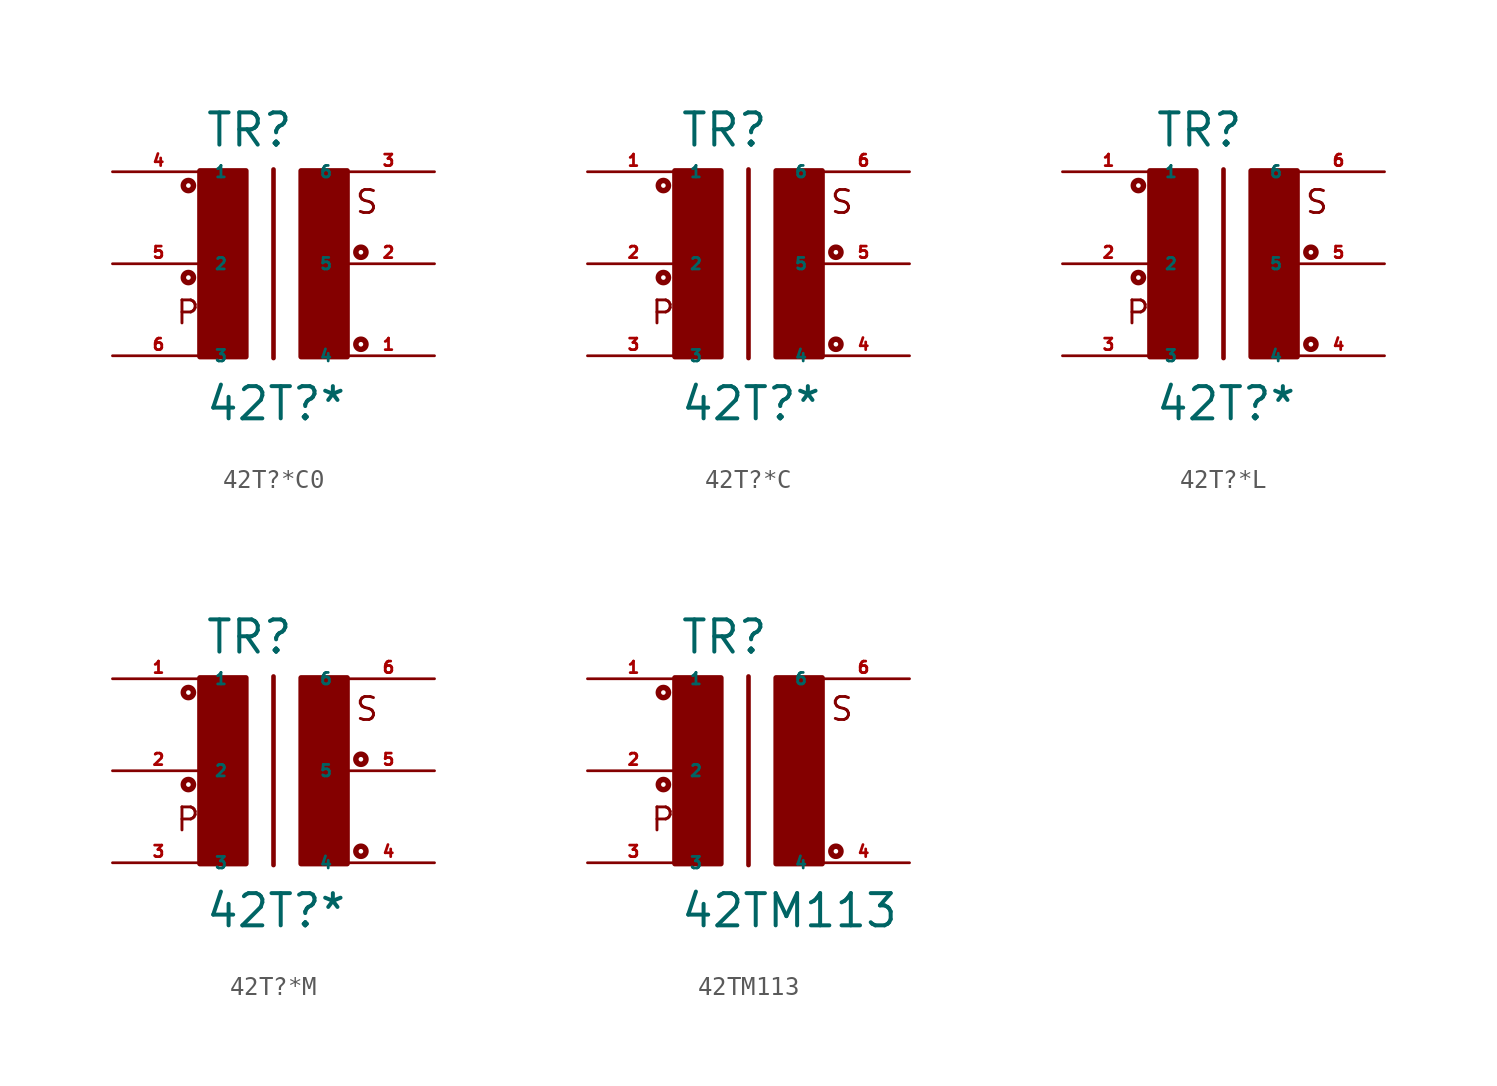
<source format=kicad_sym>
(kicad_symbol_lib
  (version 20220914)
  (generator Eagle2Kicad)
  (symbol "42T?*C0"
    (property "Reference" "TR"
      (at -2.54 6.35 0)
      (effects (font (size 1.778 1.778) (thickness 0.22)) (justify left bottom)))
    (property "Value" "42T?*"
      (at -2.54 -8.763 0)
      (effects (font (size 1.778 1.778) (thickness 0.22)) (justify left bottom)))
    (polyline
      (pts (xy 1.27 5.207) (xy 1.27 -5.207))
      (stroke (width 0.254) (type default))
      (fill (type none)))
    (text "S"
      (at 5.715 2.667 0)
      (effects (font (size 1.27 1.27) (thickness 0.16)) (justify left bottom)))
    (text "P"
      (at -4.191 -3.429 0)
      (effects (font (size 1.27 1.27) (thickness 0.16)) (justify left bottom)))
    (circle
      (center -3.429 4.318)
      (radius 0.127)
      (stroke (width 0.305) (type default))
      (fill (type none)))
    (circle
      (center -3.429 -0.762)
      (radius 0.127)
      (stroke (width 0.305) (type default))
      (fill (type none)))
    (circle
      (center 6.096 0.635)
      (radius 0.127)
      (stroke (width 0.305) (type default))
      (fill (type none)))
    (circle
      (center 6.096 -4.445)
      (radius 0.127)
      (stroke (width 0.305) (type default))
      (fill (type none)))
    (rectangle
      (start -2.794 -5.131)
      (end -0.254 5.131)
      (stroke (width 0.3) (type default))
      (fill (type outline)))
    (rectangle
      (start 2.794 -5.131)
      (end 5.334 5.131)
      (stroke (width 0.3) (type default))
      (fill (type outline)))
    (pin passive line
      (at -7.62 5.08 0)
      (length 5.08)
      (name "1" (effects (font (size 0.635 0.635) (thickness 0.08)) (justify left bottom)))
      (number "4" (effects (font (size 0.635 0.635) (thickness 0.08)) (justify left bottom))))
    (pin passive line
      (at -7.62 0 0)
      (length 5.08)
      (name "2" (effects (font (size 0.635 0.635) (thickness 0.08)) (justify left bottom)))
      (number "5" (effects (font (size 0.635 0.635) (thickness 0.08)) (justify left bottom))))
    (pin passive line
      (at 10.16 -5.08 180)
      (length 5.08)
      (name "4" (effects (font (size 0.635 0.635) (thickness 0.08)) (justify left bottom)))
      (number "1" (effects (font (size 0.635 0.635) (thickness 0.08)) (justify left bottom))))
    (pin passive line
      (at 10.16 0 180)
      (length 5.08)
      (name "5" (effects (font (size 0.635 0.635) (thickness 0.08)) (justify left bottom)))
      (number "2" (effects (font (size 0.635 0.635) (thickness 0.08)) (justify left bottom))))
    (pin passive line
      (at 10.16 5.08 180)
      (length 5.08)
      (name "6" (effects (font (size 0.635 0.635) (thickness 0.08)) (justify left bottom)))
      (number "3" (effects (font (size 0.635 0.635) (thickness 0.08)) (justify left bottom))))
    (pin passive line
      (at -7.62 -5.08 0)
      (length 5.08)
      (name "3" (effects (font (size 0.635 0.635) (thickness 0.08)) (justify left bottom)))
      (number "6" (effects (font (size 0.635 0.635) (thickness 0.08)) (justify left bottom)))))
  (symbol "42T?*C"
    (property "Reference" "TR"
      (at -2.54 6.35 0)
      (effects (font (size 1.778 1.778) (thickness 0.22)) (justify left bottom)))
    (property "Value" "42T?*"
      (at -2.54 -8.763 0)
      (effects (font (size 1.778 1.778) (thickness 0.22)) (justify left bottom)))
    (polyline
      (pts (xy 1.27 5.207) (xy 1.27 -5.207))
      (stroke (width 0.254) (type default))
      (fill (type none)))
    (text "S"
      (at 5.715 2.667 0)
      (effects (font (size 1.27 1.27) (thickness 0.16)) (justify left bottom)))
    (text "P"
      (at -4.191 -3.429 0)
      (effects (font (size 1.27 1.27) (thickness 0.16)) (justify left bottom)))
    (circle
      (center -3.429 4.318)
      (radius 0.127)
      (stroke (width 0.305) (type default))
      (fill (type none)))
    (circle
      (center -3.429 -0.762)
      (radius 0.127)
      (stroke (width 0.305) (type default))
      (fill (type none)))
    (circle
      (center 6.096 0.635)
      (radius 0.127)
      (stroke (width 0.305) (type default))
      (fill (type none)))
    (circle
      (center 6.096 -4.445)
      (radius 0.127)
      (stroke (width 0.305) (type default))
      (fill (type none)))
    (rectangle
      (start -2.794 -5.131)
      (end -0.254 5.131)
      (stroke (width 0.3) (type default))
      (fill (type outline)))
    (rectangle
      (start 2.794 -5.131)
      (end 5.334 5.131)
      (stroke (width 0.3) (type default))
      (fill (type outline)))
    (pin passive line
      (at -7.62 5.08 0)
      (length 5.08)
      (name "1" (effects (font (size 0.635 0.635) (thickness 0.08)) (justify left bottom)))
      (number "1" (effects (font (size 0.635 0.635) (thickness 0.08)) (justify left bottom))))
    (pin passive line
      (at -7.62 0 0)
      (length 5.08)
      (name "2" (effects (font (size 0.635 0.635) (thickness 0.08)) (justify left bottom)))
      (number "2" (effects (font (size 0.635 0.635) (thickness 0.08)) (justify left bottom))))
    (pin passive line
      (at 10.16 -5.08 180)
      (length 5.08)
      (name "4" (effects (font (size 0.635 0.635) (thickness 0.08)) (justify left bottom)))
      (number "4" (effects (font (size 0.635 0.635) (thickness 0.08)) (justify left bottom))))
    (pin passive line
      (at 10.16 0 180)
      (length 5.08)
      (name "5" (effects (font (size 0.635 0.635) (thickness 0.08)) (justify left bottom)))
      (number "5" (effects (font (size 0.635 0.635) (thickness 0.08)) (justify left bottom))))
    (pin passive line
      (at 10.16 5.08 180)
      (length 5.08)
      (name "6" (effects (font (size 0.635 0.635) (thickness 0.08)) (justify left bottom)))
      (number "6" (effects (font (size 0.635 0.635) (thickness 0.08)) (justify left bottom))))
    (pin passive line
      (at -7.62 -5.08 0)
      (length 5.08)
      (name "3" (effects (font (size 0.635 0.635) (thickness 0.08)) (justify left bottom)))
      (number "3" (effects (font (size 0.635 0.635) (thickness 0.08)) (justify left bottom)))))
  (symbol "42T?*L"
    (property "Reference" "TR"
      (at -2.54 6.35 0)
      (effects (font (size 1.778 1.778) (thickness 0.22)) (justify left bottom)))
    (property "Value" "42T?*"
      (at -2.54 -8.763 0)
      (effects (font (size 1.778 1.778) (thickness 0.22)) (justify left bottom)))
    (polyline
      (pts (xy 1.27 5.207) (xy 1.27 -5.207))
      (stroke (width 0.254) (type default))
      (fill (type none)))
    (text "S"
      (at 5.715 2.667 0)
      (effects (font (size 1.27 1.27) (thickness 0.16)) (justify left bottom)))
    (text "P"
      (at -4.191 -3.429 0)
      (effects (font (size 1.27 1.27) (thickness 0.16)) (justify left bottom)))
    (circle
      (center -3.429 4.318)
      (radius 0.127)
      (stroke (width 0.305) (type default))
      (fill (type none)))
    (circle
      (center -3.429 -0.762)
      (radius 0.127)
      (stroke (width 0.305) (type default))
      (fill (type none)))
    (circle
      (center 6.096 0.635)
      (radius 0.127)
      (stroke (width 0.305) (type default))
      (fill (type none)))
    (circle
      (center 6.096 -4.445)
      (radius 0.127)
      (stroke (width 0.305) (type default))
      (fill (type none)))
    (rectangle
      (start -2.794 -5.131)
      (end -0.254 5.131)
      (stroke (width 0.3) (type default))
      (fill (type outline)))
    (rectangle
      (start 2.794 -5.131)
      (end 5.334 5.131)
      (stroke (width 0.3) (type default))
      (fill (type outline)))
    (pin passive line
      (at -7.62 5.08 0)
      (length 5.08)
      (name "1" (effects (font (size 0.635 0.635) (thickness 0.08)) (justify left bottom)))
      (number "1" (effects (font (size 0.635 0.635) (thickness 0.08)) (justify left bottom))))
    (pin passive line
      (at -7.62 0 0)
      (length 5.08)
      (name "2" (effects (font (size 0.635 0.635) (thickness 0.08)) (justify left bottom)))
      (number "2" (effects (font (size 0.635 0.635) (thickness 0.08)) (justify left bottom))))
    (pin passive line
      (at 10.16 -5.08 180)
      (length 5.08)
      (name "4" (effects (font (size 0.635 0.635) (thickness 0.08)) (justify left bottom)))
      (number "4" (effects (font (size 0.635 0.635) (thickness 0.08)) (justify left bottom))))
    (pin passive line
      (at 10.16 0 180)
      (length 5.08)
      (name "5" (effects (font (size 0.635 0.635) (thickness 0.08)) (justify left bottom)))
      (number "5" (effects (font (size 0.635 0.635) (thickness 0.08)) (justify left bottom))))
    (pin passive line
      (at 10.16 5.08 180)
      (length 5.08)
      (name "6" (effects (font (size 0.635 0.635) (thickness 0.08)) (justify left bottom)))
      (number "6" (effects (font (size 0.635 0.635) (thickness 0.08)) (justify left bottom))))
    (pin passive line
      (at -7.62 -5.08 0)
      (length 5.08)
      (name "3" (effects (font (size 0.635 0.635) (thickness 0.08)) (justify left bottom)))
      (number "3" (effects (font (size 0.635 0.635) (thickness 0.08)) (justify left bottom)))))
  (symbol "42T?*M"
    (property "Reference" "TR"
      (at -2.54 6.35 0)
      (effects (font (size 1.778 1.778) (thickness 0.22)) (justify left bottom)))
    (property "Value" "42T?*"
      (at -2.54 -8.763 0)
      (effects (font (size 1.778 1.778) (thickness 0.22)) (justify left bottom)))
    (polyline
      (pts (xy 1.27 5.207) (xy 1.27 -5.207))
      (stroke (width 0.254) (type default))
      (fill (type none)))
    (text "S"
      (at 5.715 2.667 0)
      (effects (font (size 1.27 1.27) (thickness 0.16)) (justify left bottom)))
    (text "P"
      (at -4.191 -3.429 0)
      (effects (font (size 1.27 1.27) (thickness 0.16)) (justify left bottom)))
    (circle
      (center -3.429 4.318)
      (radius 0.127)
      (stroke (width 0.305) (type default))
      (fill (type none)))
    (circle
      (center -3.429 -0.762)
      (radius 0.127)
      (stroke (width 0.305) (type default))
      (fill (type none)))
    (circle
      (center 6.096 0.635)
      (radius 0.127)
      (stroke (width 0.305) (type default))
      (fill (type none)))
    (circle
      (center 6.096 -4.445)
      (radius 0.127)
      (stroke (width 0.305) (type default))
      (fill (type none)))
    (rectangle
      (start -2.794 -5.131)
      (end -0.254 5.131)
      (stroke (width 0.3) (type default))
      (fill (type outline)))
    (rectangle
      (start 2.794 -5.131)
      (end 5.334 5.131)
      (stroke (width 0.3) (type default))
      (fill (type outline)))
    (pin passive line
      (at -7.62 5.08 0)
      (length 5.08)
      (name "1" (effects (font (size 0.635 0.635) (thickness 0.08)) (justify left bottom)))
      (number "1" (effects (font (size 0.635 0.635) (thickness 0.08)) (justify left bottom))))
    (pin passive line
      (at -7.62 0 0)
      (length 5.08)
      (name "2" (effects (font (size 0.635 0.635) (thickness 0.08)) (justify left bottom)))
      (number "2" (effects (font (size 0.635 0.635) (thickness 0.08)) (justify left bottom))))
    (pin passive line
      (at 10.16 -5.08 180)
      (length 5.08)
      (name "4" (effects (font (size 0.635 0.635) (thickness 0.08)) (justify left bottom)))
      (number "4" (effects (font (size 0.635 0.635) (thickness 0.08)) (justify left bottom))))
    (pin passive line
      (at 10.16 0 180)
      (length 5.08)
      (name "5" (effects (font (size 0.635 0.635) (thickness 0.08)) (justify left bottom)))
      (number "5" (effects (font (size 0.635 0.635) (thickness 0.08)) (justify left bottom))))
    (pin passive line
      (at 10.16 5.08 180)
      (length 5.08)
      (name "6" (effects (font (size 0.635 0.635) (thickness 0.08)) (justify left bottom)))
      (number "6" (effects (font (size 0.635 0.635) (thickness 0.08)) (justify left bottom))))
    (pin passive line
      (at -7.62 -5.08 0)
      (length 5.08)
      (name "3" (effects (font (size 0.635 0.635) (thickness 0.08)) (justify left bottom)))
      (number "3" (effects (font (size 0.635 0.635) (thickness 0.08)) (justify left bottom)))))
  (symbol "42TM113"
    (property "Reference" "TR"
      (at -2.54 6.35 0)
      (effects (font (size 1.778 1.778) (thickness 0.22)) (justify left bottom)))
    (property "Value" "42TM113"
      (at -2.54 -8.763 0)
      (effects (font (size 1.778 1.778) (thickness 0.22)) (justify left bottom)))
    (polyline
      (pts (xy 1.27 5.207) (xy 1.27 -5.207))
      (stroke (width 0.254) (type default))
      (fill (type none)))
    (text "S"
      (at 5.715 2.667 0)
      (effects (font (size 1.27 1.27) (thickness 0.16)) (justify left bottom)))
    (text "P"
      (at -4.191 -3.429 0)
      (effects (font (size 1.27 1.27) (thickness 0.16)) (justify left bottom)))
    (circle
      (center -3.429 4.318)
      (radius 0.127)
      (stroke (width 0.305) (type default))
      (fill (type none)))
    (circle
      (center -3.429 -0.762)
      (radius 0.127)
      (stroke (width 0.305) (type default))
      (fill (type none)))
    (circle
      (center 6.096 -4.445)
      (radius 0.127)
      (stroke (width 0.305) (type default))
      (fill (type none)))
    (rectangle
      (start -2.794 -5.131)
      (end -0.254 5.131)
      (stroke (width 0.3) (type default))
      (fill (type outline)))
    (rectangle
      (start 2.794 -5.131)
      (end 5.334 5.131)
      (stroke (width 0.3) (type default))
      (fill (type outline)))
    (pin passive line
      (at -7.62 5.08 0)
      (length 5.08)
      (name "1" (effects (font (size 0.635 0.635) (thickness 0.08)) (justify left bottom)))
      (number "1" (effects (font (size 0.635 0.635) (thickness 0.08)) (justify left bottom))))
    (pin passive line
      (at -7.62 0 0)
      (length 5.08)
      (name "2" (effects (font (size 0.635 0.635) (thickness 0.08)) (justify left bottom)))
      (number "2" (effects (font (size 0.635 0.635) (thickness 0.08)) (justify left bottom))))
    (pin passive line
      (at 10.16 -5.08 180)
      (length 5.08)
      (name "4" (effects (font (size 0.635 0.635) (thickness 0.08)) (justify left bottom)))
      (number "4" (effects (font (size 0.635 0.635) (thickness 0.08)) (justify left bottom))))
    (pin passive line
      (at 10.16 5.08 180)
      (length 5.08)
      (name "6" (effects (font (size 0.635 0.635) (thickness 0.08)) (justify left bottom)))
      (number "6" (effects (font (size 0.635 0.635) (thickness 0.08)) (justify left bottom))))
    (pin passive line
      (at -7.62 -5.08 0)
      (length 5.08)
      (name "3" (effects (font (size 0.635 0.635) (thickness 0.08)) (justify left bottom)))
      (number "3" (effects (font (size 0.635 0.635) (thickness 0.08)) (justify left bottom))))))
</source>
